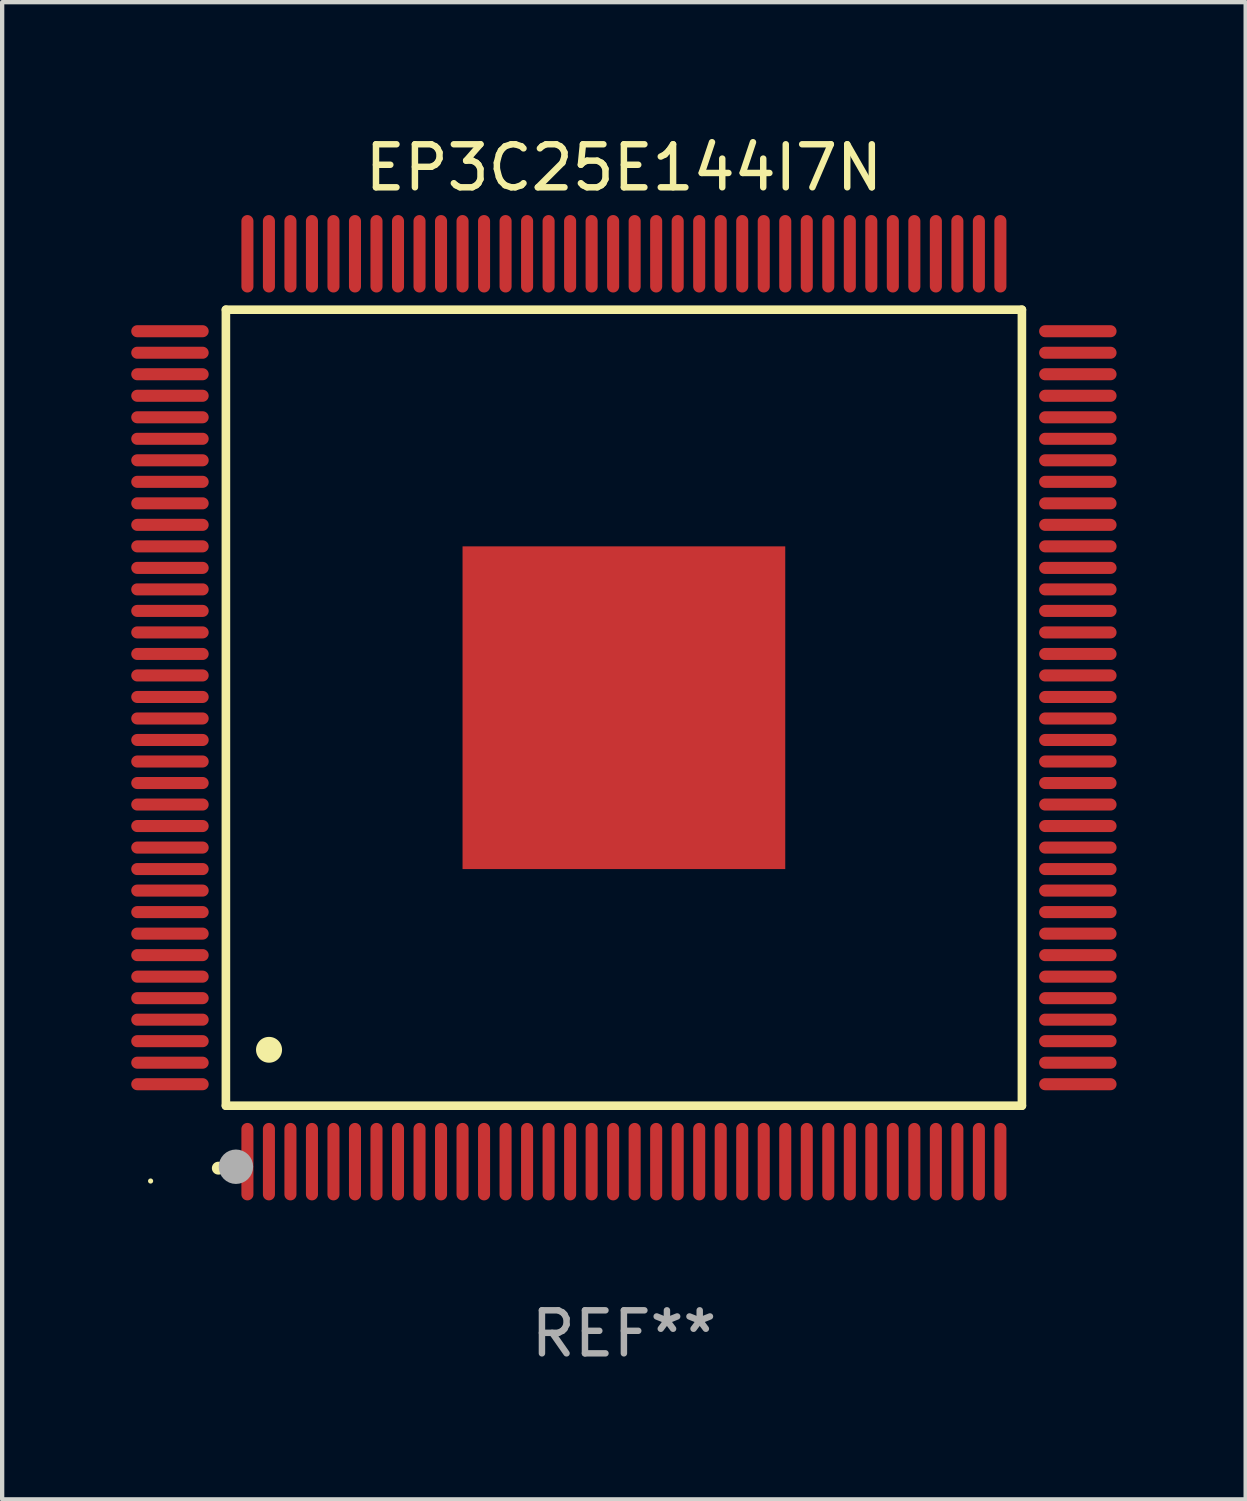
<source format=kicad_pcb>
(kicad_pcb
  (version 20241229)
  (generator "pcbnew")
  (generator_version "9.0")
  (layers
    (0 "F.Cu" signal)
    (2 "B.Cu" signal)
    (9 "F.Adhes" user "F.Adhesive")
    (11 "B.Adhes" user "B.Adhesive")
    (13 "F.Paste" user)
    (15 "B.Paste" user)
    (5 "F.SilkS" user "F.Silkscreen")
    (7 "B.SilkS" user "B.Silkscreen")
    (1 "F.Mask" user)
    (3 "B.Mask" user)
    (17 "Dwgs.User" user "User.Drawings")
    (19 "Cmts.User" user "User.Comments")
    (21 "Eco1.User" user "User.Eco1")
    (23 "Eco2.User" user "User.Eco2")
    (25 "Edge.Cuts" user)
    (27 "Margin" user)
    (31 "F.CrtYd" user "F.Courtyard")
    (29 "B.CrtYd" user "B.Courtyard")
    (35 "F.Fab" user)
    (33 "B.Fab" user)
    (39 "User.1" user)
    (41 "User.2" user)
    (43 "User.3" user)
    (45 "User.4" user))
  (footprint "EP3C25E144I7N"
    (layer "F.Cu")
    (at 11.45 13.398)
    (property "Reference" "EP3C25E144I7N" (at 0 -12.55 0) (layer "F.SilkS") (effects (font (size 1 1) (thickness 0.15))))
    (attr through_hole)
    (fp_line (start -9.25 -9.25) (end 9.25 -9.25) (stroke (width 0.2) (type solid)) (layer "F.SilkS"))
    (fp_line (start -9.25 9.25) (end -9.25 -9.25) (stroke (width 0.2) (type solid)) (layer "F.SilkS"))
    (fp_line (start 9.25 -9.25) (end 9.25 9.25) (stroke (width 0.2) (type solid)) (layer "F.SilkS"))
    (fp_line (start 9.25 9.25) (end -9.25 9.25) (stroke (width 0.2) (type solid)) (layer "F.SilkS"))
    (fp_arc (start -9.425959 10.701041) (mid -9.424689 10.701036) (end -9.423419 10.701041) (stroke (width 0.3) (type solid)) (layer "F.SilkS"))
    (fp_arc (start -8.249936 7.950216) (mid -8.247396 7.950205) (end -8.244856 7.950216) (stroke (width 0.6) (type solid)) (layer "F.SilkS"))
    (fp_circle (center -11 11) (end -10.97 11) (stroke (width 0.06) (type solid)) (fill no) (layer "F.SilkS"))
    (fp_circle (center -9.017 10.668) (end -8.817 10.668) (stroke (width 0.4) (type solid)) (fill no) (layer "F.Fab"))
    (fp_text user "REF**" (at 0 14.55 0) (layer "F.Fab") (effects (font (size 1 1) (thickness 0.15))))
    (pad "1" smd oval (at -8.75 10.55 180) (size 0.28 1.8) (layers "F.Cu" "F.Mask" "F.Paste"))
    (pad "2" smd oval (at -8.25 10.55 180) (size 0.28 1.8) (layers "F.Cu" "F.Mask" "F.Paste"))
    (pad "3" smd oval (at -7.75 10.55 180) (size 0.28 1.8) (layers "F.Cu" "F.Mask" "F.Paste"))
    (pad "4" smd oval (at -7.25 10.55 180) (size 0.28 1.8) (layers "F.Cu" "F.Mask" "F.Paste"))
    (pad "5" smd oval (at -6.75 10.55 180) (size 0.28 1.8) (layers "F.Cu" "F.Mask" "F.Paste"))
    (pad "6" smd oval (at -6.25 10.55 180) (size 0.28 1.8) (layers "F.Cu" "F.Mask" "F.Paste"))
    (pad "7" smd oval (at -5.75 10.55 180) (size 0.28 1.8) (layers "F.Cu" "F.Mask" "F.Paste"))
    (pad "8" smd oval (at -5.25 10.55 180) (size 0.28 1.8) (layers "F.Cu" "F.Mask" "F.Paste"))
    (pad "9" smd oval (at -4.75 10.55 180) (size 0.28 1.8) (layers "F.Cu" "F.Mask" "F.Paste"))
    (pad "10" smd oval (at -4.25 10.55 180) (size 0.28 1.8) (layers "F.Cu" "F.Mask" "F.Paste"))
    (pad "11" smd oval (at -3.75 10.55 180) (size 0.28 1.8) (layers "F.Cu" "F.Mask" "F.Paste"))
    (pad "12" smd oval (at -3.25 10.55 180) (size 0.28 1.8) (layers "F.Cu" "F.Mask" "F.Paste"))
    (pad "13" smd oval (at -2.75 10.55 180) (size 0.28 1.8) (layers "F.Cu" "F.Mask" "F.Paste"))
    (pad "14" smd oval (at -2.25 10.55 180) (size 0.28 1.8) (layers "F.Cu" "F.Mask" "F.Paste"))
    (pad "15" smd oval (at -1.75 10.55 180) (size 0.28 1.8) (layers "F.Cu" "F.Mask" "F.Paste"))
    (pad "16" smd oval (at -1.25 10.55 180) (size 0.28 1.8) (layers "F.Cu" "F.Mask" "F.Paste"))
    (pad "17" smd oval (at -0.75 10.55 180) (size 0.28 1.8) (layers "F.Cu" "F.Mask" "F.Paste"))
    (pad "18" smd oval (at -0.25 10.55 180) (size 0.28 1.8) (layers "F.Cu" "F.Mask" "F.Paste"))
    (pad "19" smd oval (at 0.25 10.55 180) (size 0.28 1.8) (layers "F.Cu" "F.Mask" "F.Paste"))
    (pad "20" smd oval (at 0.75 10.55 180) (size 0.28 1.8) (layers "F.Cu" "F.Mask" "F.Paste"))
    (pad "21" smd oval (at 1.25 10.55 180) (size 0.28 1.8) (layers "F.Cu" "F.Mask" "F.Paste"))
    (pad "22" smd oval (at 1.75 10.55 180) (size 0.28 1.8) (layers "F.Cu" "F.Mask" "F.Paste"))
    (pad "23" smd oval (at 2.25 10.55 180) (size 0.28 1.8) (layers "F.Cu" "F.Mask" "F.Paste"))
    (pad "24" smd oval (at 2.75 10.55 180) (size 0.28 1.8) (layers "F.Cu" "F.Mask" "F.Paste"))
    (pad "25" smd oval (at 3.25 10.55 180) (size 0.28 1.8) (layers "F.Cu" "F.Mask" "F.Paste"))
    (pad "26" smd oval (at 3.75 10.55 180) (size 0.28 1.8) (layers "F.Cu" "F.Mask" "F.Paste"))
    (pad "27" smd oval (at 4.25 10.55 180) (size 0.28 1.8) (layers "F.Cu" "F.Mask" "F.Paste"))
    (pad "28" smd oval (at 4.75 10.55 180) (size 0.28 1.8) (layers "F.Cu" "F.Mask" "F.Paste"))
    (pad "29" smd oval (at 5.25 10.55 180) (size 0.28 1.8) (layers "F.Cu" "F.Mask" "F.Paste"))
    (pad "30" smd oval (at 5.75 10.55 180) (size 0.28 1.8) (layers "F.Cu" "F.Mask" "F.Paste"))
    (pad "31" smd oval (at 6.25 10.55 180) (size 0.28 1.8) (layers "F.Cu" "F.Mask" "F.Paste"))
    (pad "32" smd oval (at 6.75 10.55 180) (size 0.28 1.8) (layers "F.Cu" "F.Mask" "F.Paste"))
    (pad "33" smd oval (at 7.25 10.55 180) (size 0.28 1.8) (layers "F.Cu" "F.Mask" "F.Paste"))
    (pad "34" smd oval (at 7.75 10.55 180) (size 0.28 1.8) (layers "F.Cu" "F.Mask" "F.Paste"))
    (pad "35" smd oval (at 8.25 10.55 180) (size 0.28 1.8) (layers "F.Cu" "F.Mask" "F.Paste"))
    (pad "36" smd oval (at 8.75 10.55 180) (size 0.28 1.8) (layers "F.Cu" "F.Mask" "F.Paste"))
    (pad "37" smd oval (at 10.55 8.75 90) (size 0.28 1.8) (layers "F.Cu" "F.Mask" "F.Paste"))
    (pad "38" smd oval (at 10.55 8.25 90) (size 0.28 1.8) (layers "F.Cu" "F.Mask" "F.Paste"))
    (pad "39" smd oval (at 10.55 7.75 90) (size 0.28 1.8) (layers "F.Cu" "F.Mask" "F.Paste"))
    (pad "40" smd oval (at 10.55 7.25 90) (size 0.28 1.8) (layers "F.Cu" "F.Mask" "F.Paste"))
    (pad "41" smd oval (at 10.55 6.75 90) (size 0.28 1.8) (layers "F.Cu" "F.Mask" "F.Paste"))
    (pad "42" smd oval (at 10.55 6.25 90) (size 0.28 1.8) (layers "F.Cu" "F.Mask" "F.Paste"))
    (pad "43" smd oval (at 10.55 5.75 90) (size 0.28 1.8) (layers "F.Cu" "F.Mask" "F.Paste"))
    (pad "44" smd oval (at 10.55 5.25 90) (size 0.28 1.8) (layers "F.Cu" "F.Mask" "F.Paste"))
    (pad "45" smd oval (at 10.55 4.75 90) (size 0.28 1.8) (layers "F.Cu" "F.Mask" "F.Paste"))
    (pad "46" smd oval (at 10.55 4.25 90) (size 0.28 1.8) (layers "F.Cu" "F.Mask" "F.Paste"))
    (pad "47" smd oval (at 10.55 3.75 90) (size 0.28 1.8) (layers "F.Cu" "F.Mask" "F.Paste"))
    (pad "48" smd oval (at 10.55 3.25 90) (size 0.28 1.8) (layers "F.Cu" "F.Mask" "F.Paste"))
    (pad "49" smd oval (at 10.55 2.75 90) (size 0.28 1.8) (layers "F.Cu" "F.Mask" "F.Paste"))
    (pad "50" smd oval (at 10.55 2.25 90) (size 0.28 1.8) (layers "F.Cu" "F.Mask" "F.Paste"))
    (pad "51" smd oval (at 10.55 1.75 90) (size 0.28 1.8) (layers "F.Cu" "F.Mask" "F.Paste"))
    (pad "52" smd oval (at 10.55 1.25 90) (size 0.28 1.8) (layers "F.Cu" "F.Mask" "F.Paste"))
    (pad "53" smd oval (at 10.55 0.75 90) (size 0.28 1.8) (layers "F.Cu" "F.Mask" "F.Paste"))
    (pad "54" smd oval (at 10.55 0.25 90) (size 0.28 1.8) (layers "F.Cu" "F.Mask" "F.Paste"))
    (pad "55" smd oval (at 10.55 -0.25 90) (size 0.28 1.8) (layers "F.Cu" "F.Mask" "F.Paste"))
    (pad "56" smd oval (at 10.55 -0.75 90) (size 0.28 1.8) (layers "F.Cu" "F.Mask" "F.Paste"))
    (pad "57" smd oval (at 10.55 -1.25 90) (size 0.28 1.8) (layers "F.Cu" "F.Mask" "F.Paste"))
    (pad "58" smd oval (at 10.55 -1.75 90) (size 0.28 1.8) (layers "F.Cu" "F.Mask" "F.Paste"))
    (pad "59" smd oval (at 10.55 -2.25 90) (size 0.28 1.8) (layers "F.Cu" "F.Mask" "F.Paste"))
    (pad "60" smd oval (at 10.55 -2.75 90) (size 0.28 1.8) (layers "F.Cu" "F.Mask" "F.Paste"))
    (pad "61" smd oval (at 10.55 -3.25 90) (size 0.28 1.8) (layers "F.Cu" "F.Mask" "F.Paste"))
    (pad "62" smd oval (at 10.55 -3.75 90) (size 0.28 1.8) (layers "F.Cu" "F.Mask" "F.Paste"))
    (pad "63" smd oval (at 10.55 -4.25 90) (size 0.28 1.8) (layers "F.Cu" "F.Mask" "F.Paste"))
    (pad "64" smd oval (at 10.55 -4.75 90) (size 0.28 1.8) (layers "F.Cu" "F.Mask" "F.Paste"))
    (pad "65" smd oval (at 10.55 -5.25 90) (size 0.28 1.8) (layers "F.Cu" "F.Mask" "F.Paste"))
    (pad "66" smd oval (at 10.55 -5.75 90) (size 0.28 1.8) (layers "F.Cu" "F.Mask" "F.Paste"))
    (pad "67" smd oval (at 10.55 -6.25 90) (size 0.28 1.8) (layers "F.Cu" "F.Mask" "F.Paste"))
    (pad "68" smd oval (at 10.55 -6.75 90) (size 0.28 1.8) (layers "F.Cu" "F.Mask" "F.Paste"))
    (pad "69" smd oval (at 10.55 -7.25 90) (size 0.28 1.8) (layers "F.Cu" "F.Mask" "F.Paste"))
    (pad "70" smd oval (at 10.55 -7.75 90) (size 0.28 1.8) (layers "F.Cu" "F.Mask" "F.Paste"))
    (pad "71" smd oval (at 10.55 -8.25 90) (size 0.28 1.8) (layers "F.Cu" "F.Mask" "F.Paste"))
    (pad "72" smd oval (at 10.55 -8.75 90) (size 0.28 1.8) (layers "F.Cu" "F.Mask" "F.Paste"))
    (pad "73" smd oval (at 8.75 -10.55 180) (size 0.28 1.8) (layers "F.Cu" "F.Mask" "F.Paste"))
    (pad "74" smd oval (at 8.25 -10.55 180) (size 0.28 1.8) (layers "F.Cu" "F.Mask" "F.Paste"))
    (pad "75" smd oval (at 7.75 -10.55 180) (size 0.28 1.8) (layers "F.Cu" "F.Mask" "F.Paste"))
    (pad "76" smd oval (at 7.25 -10.55 180) (size 0.28 1.8) (layers "F.Cu" "F.Mask" "F.Paste"))
    (pad "77" smd oval (at 6.75 -10.55 180) (size 0.28 1.8) (layers "F.Cu" "F.Mask" "F.Paste"))
    (pad "78" smd oval (at 6.25 -10.55 180) (size 0.28 1.8) (layers "F.Cu" "F.Mask" "F.Paste"))
    (pad "79" smd oval (at 5.75 -10.55 180) (size 0.28 1.8) (layers "F.Cu" "F.Mask" "F.Paste"))
    (pad "80" smd oval (at 5.25 -10.55 180) (size 0.28 1.8) (layers "F.Cu" "F.Mask" "F.Paste"))
    (pad "81" smd oval (at 4.75 -10.55 180) (size 0.28 1.8) (layers "F.Cu" "F.Mask" "F.Paste"))
    (pad "82" smd oval (at 4.25 -10.55 180) (size 0.28 1.8) (layers "F.Cu" "F.Mask" "F.Paste"))
    (pad "83" smd oval (at 3.75 -10.55 180) (size 0.28 1.8) (layers "F.Cu" "F.Mask" "F.Paste"))
    (pad "84" smd oval (at 3.25 -10.55 180) (size 0.28 1.8) (layers "F.Cu" "F.Mask" "F.Paste"))
    (pad "85" smd oval (at 2.75 -10.55 180) (size 0.28 1.8) (layers "F.Cu" "F.Mask" "F.Paste"))
    (pad "86" smd oval (at 2.25 -10.55 180) (size 0.28 1.8) (layers "F.Cu" "F.Mask" "F.Paste"))
    (pad "87" smd oval (at 1.75 -10.55 180) (size 0.28 1.8) (layers "F.Cu" "F.Mask" "F.Paste"))
    (pad "88" smd oval (at 1.25 -10.55 180) (size 0.28 1.8) (layers "F.Cu" "F.Mask" "F.Paste"))
    (pad "89" smd oval (at 0.75 -10.55 180) (size 0.28 1.8) (layers "F.Cu" "F.Mask" "F.Paste"))
    (pad "90" smd oval (at 0.25 -10.55 180) (size 0.28 1.8) (layers "F.Cu" "F.Mask" "F.Paste"))
    (pad "91" smd oval (at -0.25 -10.55 180) (size 0.28 1.8) (layers "F.Cu" "F.Mask" "F.Paste"))
    (pad "92" smd oval (at -0.75 -10.55 180) (size 0.28 1.8) (layers "F.Cu" "F.Mask" "F.Paste"))
    (pad "93" smd oval (at -1.25 -10.55 180) (size 0.28 1.8) (layers "F.Cu" "F.Mask" "F.Paste"))
    (pad "94" smd oval (at -1.75 -10.55 180) (size 0.28 1.8) (layers "F.Cu" "F.Mask" "F.Paste"))
    (pad "95" smd oval (at -2.25 -10.55 180) (size 0.28 1.8) (layers "F.Cu" "F.Mask" "F.Paste"))
    (pad "96" smd oval (at -2.75 -10.55 180) (size 0.28 1.8) (layers "F.Cu" "F.Mask" "F.Paste"))
    (pad "97" smd oval (at -3.25 -10.55 180) (size 0.28 1.8) (layers "F.Cu" "F.Mask" "F.Paste"))
    (pad "98" smd oval (at -3.75 -10.55 180) (size 0.28 1.8) (layers "F.Cu" "F.Mask" "F.Paste"))
    (pad "99" smd oval (at -4.25 -10.55 180) (size 0.28 1.8) (layers "F.Cu" "F.Mask" "F.Paste"))
    (pad "100" smd oval (at -4.75 -10.55 180) (size 0.28 1.8) (layers "F.Cu" "F.Mask" "F.Paste"))
    (pad "101" smd oval (at -5.25 -10.55 180) (size 0.28 1.8) (layers "F.Cu" "F.Mask" "F.Paste"))
    (pad "102" smd oval (at -5.75 -10.55 180) (size 0.28 1.8) (layers "F.Cu" "F.Mask" "F.Paste"))
    (pad "103" smd oval (at -6.25 -10.55 180) (size 0.28 1.8) (layers "F.Cu" "F.Mask" "F.Paste"))
    (pad "104" smd oval (at -6.75 -10.55 180) (size 0.28 1.8) (layers "F.Cu" "F.Mask" "F.Paste"))
    (pad "105" smd oval (at -7.25 -10.55 180) (size 0.28 1.8) (layers "F.Cu" "F.Mask" "F.Paste"))
    (pad "106" smd oval (at -7.75 -10.55 180) (size 0.28 1.8) (layers "F.Cu" "F.Mask" "F.Paste"))
    (pad "107" smd oval (at -8.25 -10.55 180) (size 0.28 1.8) (layers "F.Cu" "F.Mask" "F.Paste"))
    (pad "108" smd oval (at -8.75 -10.55 180) (size 0.28 1.8) (layers "F.Cu" "F.Mask" "F.Paste"))
    (pad "109" smd oval (at -10.55 -8.75 90) (size 0.28 1.8) (layers "F.Cu" "F.Mask" "F.Paste"))
    (pad "110" smd oval (at -10.55 -8.25 90) (size 0.28 1.8) (layers "F.Cu" "F.Mask" "F.Paste"))
    (pad "111" smd oval (at -10.55 -7.75 90) (size 0.28 1.8) (layers "F.Cu" "F.Mask" "F.Paste"))
    (pad "112" smd oval (at -10.55 -7.25 90) (size 0.28 1.8) (layers "F.Cu" "F.Mask" "F.Paste"))
    (pad "113" smd oval (at -10.55 -6.75 90) (size 0.28 1.8) (layers "F.Cu" "F.Mask" "F.Paste"))
    (pad "114" smd oval (at -10.55 -6.25 90) (size 0.28 1.8) (layers "F.Cu" "F.Mask" "F.Paste"))
    (pad "115" smd oval (at -10.55 -5.75 90) (size 0.28 1.8) (layers "F.Cu" "F.Mask" "F.Paste"))
    (pad "116" smd oval (at -10.55 -5.25 90) (size 0.28 1.8) (layers "F.Cu" "F.Mask" "F.Paste"))
    (pad "117" smd oval (at -10.55 -4.75 90) (size 0.28 1.8) (layers "F.Cu" "F.Mask" "F.Paste"))
    (pad "118" smd oval (at -10.55 -4.25 90) (size 0.28 1.8) (layers "F.Cu" "F.Mask" "F.Paste"))
    (pad "119" smd oval (at -10.55 -3.75 90) (size 0.28 1.8) (layers "F.Cu" "F.Mask" "F.Paste"))
    (pad "120" smd oval (at -10.55 -3.25 90) (size 0.28 1.8) (layers "F.Cu" "F.Mask" "F.Paste"))
    (pad "121" smd oval (at -10.55 -2.75 90) (size 0.28 1.8) (layers "F.Cu" "F.Mask" "F.Paste"))
    (pad "122" smd oval (at -10.55 -2.25 90) (size 0.28 1.8) (layers "F.Cu" "F.Mask" "F.Paste"))
    (pad "123" smd oval (at -10.55 -1.75 90) (size 0.28 1.8) (layers "F.Cu" "F.Mask" "F.Paste"))
    (pad "124" smd oval (at -10.55 -1.25 90) (size 0.28 1.8) (layers "F.Cu" "F.Mask" "F.Paste"))
    (pad "125" smd oval (at -10.55 -0.75 90) (size 0.28 1.8) (layers "F.Cu" "F.Mask" "F.Paste"))
    (pad "126" smd oval (at -10.55 -0.25 90) (size 0.28 1.8) (layers "F.Cu" "F.Mask" "F.Paste"))
    (pad "127" smd oval (at -10.55 0.25 90) (size 0.28 1.8) (layers "F.Cu" "F.Mask" "F.Paste"))
    (pad "128" smd oval (at -10.55 0.75 90) (size 0.28 1.8) (layers "F.Cu" "F.Mask" "F.Paste"))
    (pad "129" smd oval (at -10.55 1.25 90) (size 0.28 1.8) (layers "F.Cu" "F.Mask" "F.Paste"))
    (pad "130" smd oval (at -10.55 1.75 90) (size 0.28 1.8) (layers "F.Cu" "F.Mask" "F.Paste"))
    (pad "131" smd oval (at -10.55 2.25 90) (size 0.28 1.8) (layers "F.Cu" "F.Mask" "F.Paste"))
    (pad "132" smd oval (at -10.55 2.75 90) (size 0.28 1.8) (layers "F.Cu" "F.Mask" "F.Paste"))
    (pad "133" smd oval (at -10.55 3.25 90) (size 0.28 1.8) (layers "F.Cu" "F.Mask" "F.Paste"))
    (pad "134" smd oval (at -10.55 3.75 90) (size 0.28 1.8) (layers "F.Cu" "F.Mask" "F.Paste"))
    (pad "135" smd oval (at -10.55 4.25 90) (size 0.28 1.8) (layers "F.Cu" "F.Mask" "F.Paste"))
    (pad "136" smd oval (at -10.55 4.75 90) (size 0.28 1.8) (layers "F.Cu" "F.Mask" "F.Paste"))
    (pad "137" smd oval (at -10.55 5.25 90) (size 0.28 1.8) (layers "F.Cu" "F.Mask" "F.Paste"))
    (pad "138" smd oval (at -10.55 5.75 90) (size 0.28 1.8) (layers "F.Cu" "F.Mask" "F.Paste"))
    (pad "139" smd oval (at -10.55 6.25 90) (size 0.28 1.8) (layers "F.Cu" "F.Mask" "F.Paste"))
    (pad "140" smd oval (at -10.55 6.75 90) (size 0.28 1.8) (layers "F.Cu" "F.Mask" "F.Paste"))
    (pad "141" smd oval (at -10.55 7.25 90) (size 0.28 1.8) (layers "F.Cu" "F.Mask" "F.Paste"))
    (pad "142" smd oval (at -10.55 7.75 90) (size 0.28 1.8) (layers "F.Cu" "F.Mask" "F.Paste"))
    (pad "143" smd oval (at -10.55 8.25 90) (size 0.28 1.8) (layers "F.Cu" "F.Mask" "F.Paste"))
    (pad "144" smd oval (at -10.55 8.75 90) (size 0.28 1.8) (layers "F.Cu" "F.Mask" "F.Paste"))
    (pad "145" smd rect (at 0 0 90) (size 7.5 7.5) (layers "F.Cu" "F.Mask" "F.Paste")))
  (gr_rect
    (start -3 -3)
    (end 25.9 31.796)
    (stroke (width 0.1) (type default))
    (fill no)
    (layer "Edge.Cuts")))
</source>
